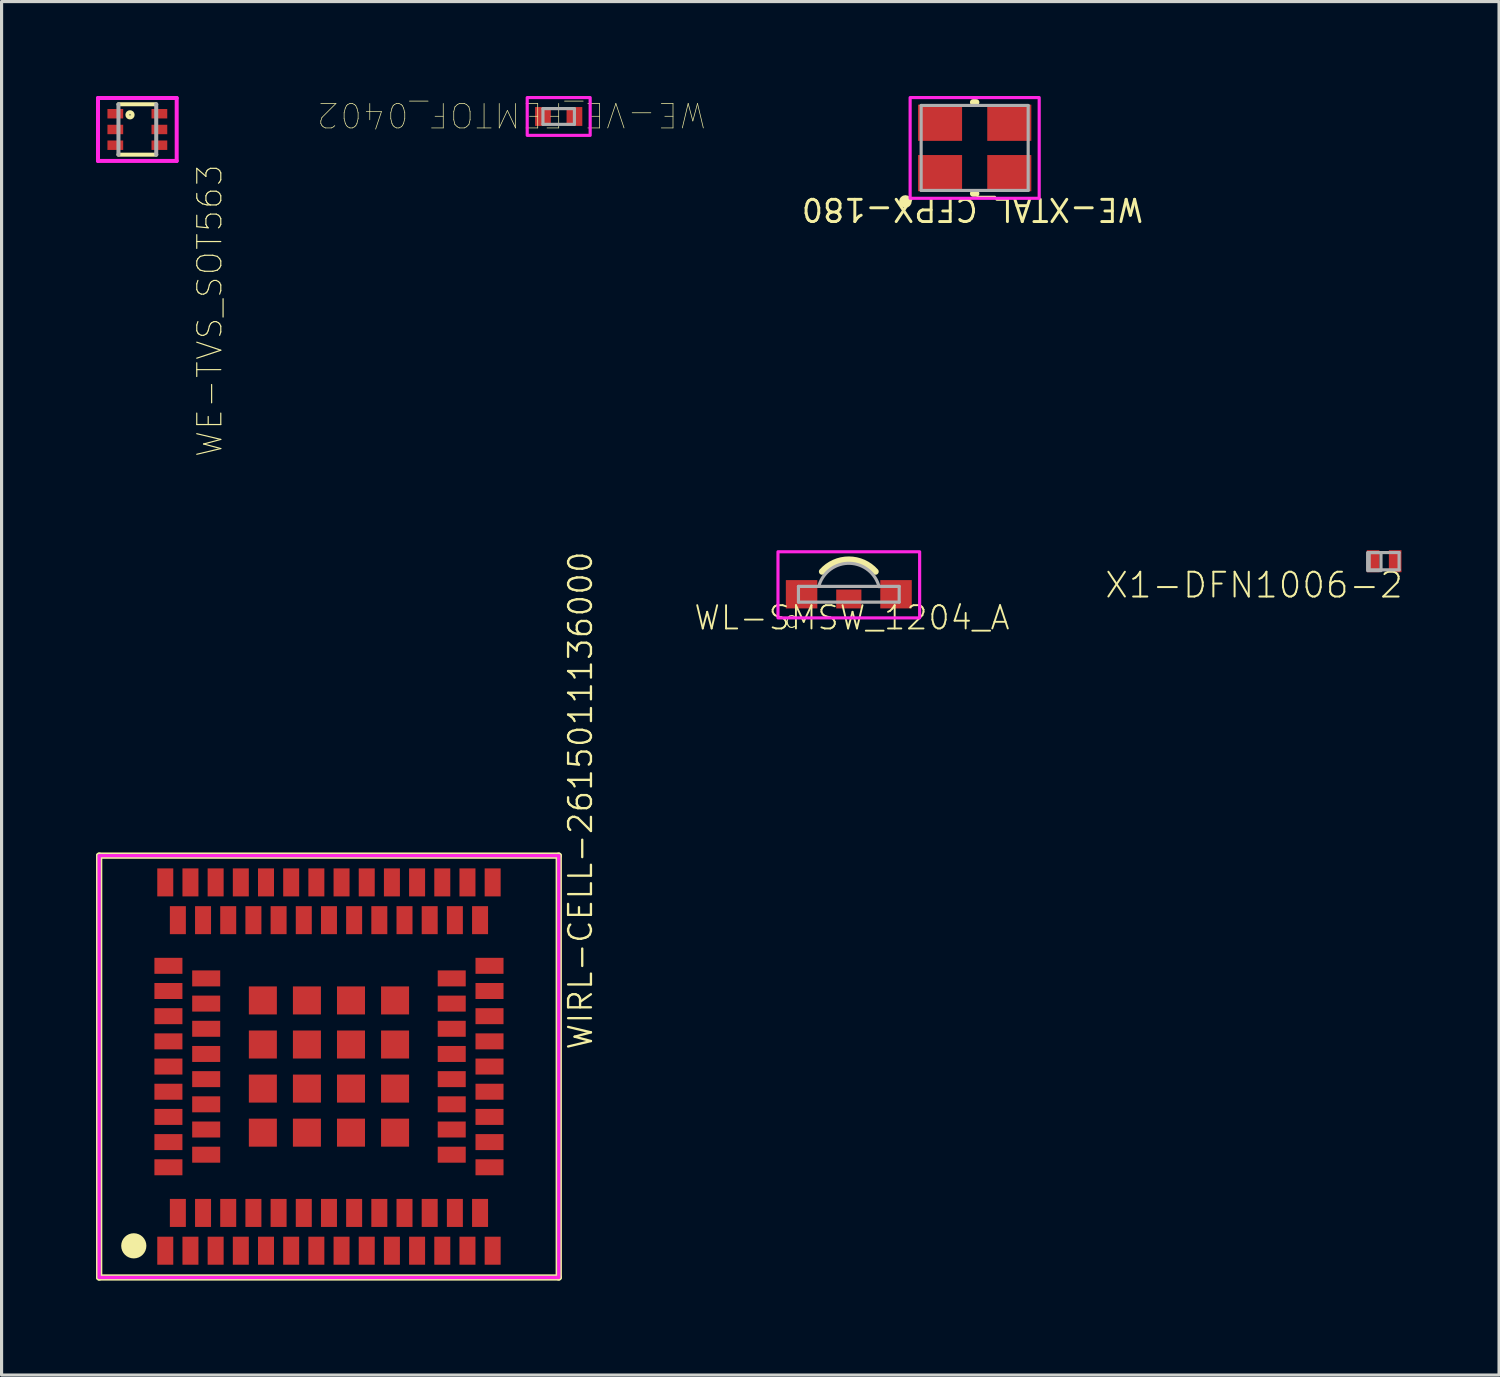
<source format=kicad_pcb>
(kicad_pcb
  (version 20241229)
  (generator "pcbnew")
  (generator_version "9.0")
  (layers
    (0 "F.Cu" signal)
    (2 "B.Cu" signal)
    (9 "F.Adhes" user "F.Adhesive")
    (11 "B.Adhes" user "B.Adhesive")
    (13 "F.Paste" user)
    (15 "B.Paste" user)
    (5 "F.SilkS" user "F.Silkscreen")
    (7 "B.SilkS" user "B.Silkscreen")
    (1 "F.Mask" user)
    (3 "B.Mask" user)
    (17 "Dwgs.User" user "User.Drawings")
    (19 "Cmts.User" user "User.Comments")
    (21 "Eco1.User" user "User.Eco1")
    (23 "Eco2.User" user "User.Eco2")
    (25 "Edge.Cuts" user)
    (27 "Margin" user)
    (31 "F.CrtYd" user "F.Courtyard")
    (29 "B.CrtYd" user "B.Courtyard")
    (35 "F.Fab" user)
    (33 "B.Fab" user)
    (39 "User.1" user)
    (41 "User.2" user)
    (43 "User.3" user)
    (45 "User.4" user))
  (footprint "WIRL-CELL-2615011136000"
    (layer "F.Cu")
    (at 7.4 30.831)
    (property "Reference" "WIRL-CELL-2615011136000" (at 8.415 -0.485 90) (unlocked yes) (layer "F.SilkS") (effects (font (size 0.726 0.726) (thickness 0.074)) (justify left bottom)))
    (fp_line (start -7.3 -6.7) (end -7.3 6.7) (stroke (width 0.2) (type solid)) (layer "F.SilkS"))
    (fp_line (start -7.3 6.7) (end 7.3 6.7) (stroke (width 0.2) (type solid)) (layer "F.SilkS"))
    (fp_line (start 7.3 -6.7) (end -7.3 -6.7) (stroke (width 0.2) (type solid)) (layer "F.SilkS"))
    (fp_line (start 7.3 6.7) (end 7.3 -6.7) (stroke (width 0.2) (type solid)) (layer "F.SilkS"))
    (fp_circle (center -6.2 5.695) (end -6 5.695) (stroke (width 0.4) (type solid)) (fill no) (layer "F.SilkS"))
    (fp_poly (pts (xy -7.3 6.7) (xy 7.3 6.7) (xy 7.3 -6.7) (xy -7.3 -6.7)) (stroke (width 0.1) (type default)) (fill no) (layer "F.CrtYd"))
    (fp_line (start -7.3 -6.7) (end -7.3 6.7) (stroke (width 0.1) (type solid)) (layer "F.Fab"))
    (fp_line (start -7.3 6.7) (end 7.3 6.7) (stroke (width 0.1) (type solid)) (layer "F.Fab"))
    (fp_line (start 7.3 -6.7) (end -7.3 -6.7) (stroke (width 0.1) (type solid)) (layer "F.Fab"))
    (fp_line (start 7.3 6.7) (end 7.3 -6.7) (stroke (width 0.1) (type solid)) (layer "F.Fab"))
    (pad "1" smd rect (at -5.2 5.85 90) (size 0.89 0.508) (layers "F.Cu" "F.Mask" "F.Paste"))
    (pad "2" smd rect (at -4.8 4.65 90) (size 0.89 0.508) (layers "F.Cu" "F.Mask" "F.Paste"))
    (pad "3" smd rect (at -4.4 5.85 90) (size 0.89 0.508) (layers "F.Cu" "F.Mask" "F.Paste"))
    (pad "4" smd rect (at -4 4.65 90) (size 0.89 0.508) (layers "F.Cu" "F.Mask" "F.Paste"))
    (pad "5" smd rect (at -3.6 5.85 90) (size 0.89 0.508) (layers "F.Cu" "F.Mask" "F.Paste"))
    (pad "6" smd rect (at -3.2 4.65 90) (size 0.89 0.508) (layers "F.Cu" "F.Mask" "F.Paste"))
    (pad "7" smd rect (at -2.8 5.85 90) (size 0.89 0.508) (layers "F.Cu" "F.Mask" "F.Paste"))
    (pad "8" smd rect (at -2.4 4.65 90) (size 0.89 0.508) (layers "F.Cu" "F.Mask" "F.Paste"))
    (pad "9" smd rect (at -2 5.85 90) (size 0.89 0.508) (layers "F.Cu" "F.Mask" "F.Paste"))
    (pad "10" smd rect (at -1.6 4.65 90) (size 0.89 0.508) (layers "F.Cu" "F.Mask" "F.Paste"))
    (pad "11" smd rect (at -1.2 5.85 90) (size 0.89 0.508) (layers "F.Cu" "F.Mask" "F.Paste"))
    (pad "12" smd rect (at -0.8 4.65 90) (size 0.89 0.508) (layers "F.Cu" "F.Mask" "F.Paste"))
    (pad "13" smd rect (at -0.4 5.85 90) (size 0.89 0.508) (layers "F.Cu" "F.Mask" "F.Paste"))
    (pad "14" smd rect (at 0 4.65 90) (size 0.89 0.508) (layers "F.Cu" "F.Mask" "F.Paste"))
    (pad "15" smd rect (at 0.4 5.85 90) (size 0.89 0.508) (layers "F.Cu" "F.Mask" "F.Paste"))
    (pad "16" smd rect (at 0.8 4.65 90) (size 0.89 0.508) (layers "F.Cu" "F.Mask" "F.Paste"))
    (pad "17" smd rect (at 1.2 5.85 90) (size 0.89 0.508) (layers "F.Cu" "F.Mask" "F.Paste"))
    (pad "18" smd rect (at 1.6 4.65 90) (size 0.89 0.508) (layers "F.Cu" "F.Mask" "F.Paste"))
    (pad "19" smd rect (at 2 5.85 90) (size 0.89 0.508) (layers "F.Cu" "F.Mask" "F.Paste"))
    (pad "20" smd rect (at 2.4 4.65 90) (size 0.89 0.508) (layers "F.Cu" "F.Mask" "F.Paste"))
    (pad "21" smd rect (at 2.8 5.85 90) (size 0.89 0.508) (layers "F.Cu" "F.Mask" "F.Paste"))
    (pad "22" smd rect (at 3.2 4.65 90) (size 0.89 0.508) (layers "F.Cu" "F.Mask" "F.Paste"))
    (pad "23" smd rect (at 3.6 5.85 90) (size 0.89 0.508) (layers "F.Cu" "F.Mask" "F.Paste"))
    (pad "24" smd rect (at 4 4.65 90) (size 0.89 0.508) (layers "F.Cu" "F.Mask" "F.Paste"))
    (pad "25" smd rect (at 4.4 5.85 90) (size 0.89 0.508) (layers "F.Cu" "F.Mask" "F.Paste"))
    (pad "26" smd rect (at 4.8 4.65 90) (size 0.89 0.508) (layers "F.Cu" "F.Mask" "F.Paste"))
    (pad "27" smd rect (at 5.2 5.85 90) (size 0.89 0.508) (layers "F.Cu" "F.Mask" "F.Paste"))
    (pad "28" smd rect (at 3.9 2.8) (size 0.89 0.508) (layers "F.Cu" "F.Mask" "F.Paste"))
    (pad "29" smd rect (at 5.1 3.2) (size 0.89 0.508) (layers "F.Cu" "F.Mask" "F.Paste"))
    (pad "30" smd rect (at 3.9 2) (size 0.89 0.508) (layers "F.Cu" "F.Mask" "F.Paste"))
    (pad "31" smd rect (at 5.1 2.4) (size 0.89 0.508) (layers "F.Cu" "F.Mask" "F.Paste"))
    (pad "32" smd rect (at 3.9 1.2) (size 0.89 0.508) (layers "F.Cu" "F.Mask" "F.Paste"))
    (pad "33" smd rect (at 5.1 1.6) (size 0.89 0.508) (layers "F.Cu" "F.Mask" "F.Paste"))
    (pad "34" smd rect (at 3.9 0.4) (size 0.89 0.508) (layers "F.Cu" "F.Mask" "F.Paste"))
    (pad "35" smd rect (at 5.1 0.8) (size 0.89 0.508) (layers "F.Cu" "F.Mask" "F.Paste"))
    (pad "36" smd rect (at 3.9 -0.4) (size 0.89 0.508) (layers "F.Cu" "F.Mask" "F.Paste"))
    (pad "37" smd rect (at 5.1 0) (size 0.89 0.508) (layers "F.Cu" "F.Mask" "F.Paste"))
    (pad "38" smd rect (at 3.9 -1.2) (size 0.89 0.508) (layers "F.Cu" "F.Mask" "F.Paste"))
    (pad "39" smd rect (at 5.1 -0.8) (size 0.89 0.508) (layers "F.Cu" "F.Mask" "F.Paste"))
    (pad "40" smd rect (at 3.9 -2) (size 0.89 0.508) (layers "F.Cu" "F.Mask" "F.Paste"))
    (pad "41" smd rect (at 5.1 -1.6) (size 0.89 0.508) (layers "F.Cu" "F.Mask" "F.Paste"))
    (pad "42" smd rect (at 3.9 -2.8) (size 0.89 0.508) (layers "F.Cu" "F.Mask" "F.Paste"))
    (pad "43" smd rect (at 5.1 -2.4) (size 0.89 0.508) (layers "F.Cu" "F.Mask" "F.Paste"))
    (pad "44" smd rect (at 4.8 -4.65 90) (size 0.89 0.508) (layers "F.Cu" "F.Mask" "F.Paste"))
    (pad "45" smd rect (at 5.1 -3.2) (size 0.89 0.508) (layers "F.Cu" "F.Mask" "F.Paste"))
    (pad "46" smd rect (at 4 -4.65 90) (size 0.89 0.508) (layers "F.Cu" "F.Mask" "F.Paste"))
    (pad "47" smd rect (at 5.2 -5.85 90) (size 0.89 0.508) (layers "F.Cu" "F.Mask" "F.Paste"))
    (pad "48" smd rect (at 3.2 -4.65 90) (size 0.89 0.508) (layers "F.Cu" "F.Mask" "F.Paste"))
    (pad "49" smd rect (at 4.4 -5.85 90) (size 0.89 0.508) (layers "F.Cu" "F.Mask" "F.Paste"))
    (pad "50" smd rect (at 2.4 -4.65 90) (size 0.89 0.508) (layers "F.Cu" "F.Mask" "F.Paste"))
    (pad "51" smd rect (at 3.6 -5.85 90) (size 0.89 0.508) (layers "F.Cu" "F.Mask" "F.Paste"))
    (pad "52" smd rect (at 1.6 -4.65 90) (size 0.89 0.508) (layers "F.Cu" "F.Mask" "F.Paste"))
    (pad "53" smd rect (at 2.8 -5.85 90) (size 0.89 0.508) (layers "F.Cu" "F.Mask" "F.Paste"))
    (pad "54" smd rect (at 0.8 -4.65 90) (size 0.89 0.508) (layers "F.Cu" "F.Mask" "F.Paste"))
    (pad "55" smd rect (at 2 -5.85 90) (size 0.89 0.508) (layers "F.Cu" "F.Mask" "F.Paste"))
    (pad "56" smd rect (at 0 -4.65 90) (size 0.89 0.508) (layers "F.Cu" "F.Mask" "F.Paste"))
    (pad "57" smd rect (at 1.2 -5.85 90) (size 0.89 0.508) (layers "F.Cu" "F.Mask" "F.Paste"))
    (pad "58" smd rect (at -0.8 -4.65 90) (size 0.89 0.508) (layers "F.Cu" "F.Mask" "F.Paste"))
    (pad "59" smd rect (at 0.4 -5.85 90) (size 0.89 0.508) (layers "F.Cu" "F.Mask" "F.Paste"))
    (pad "60" smd rect (at -1.6 -4.65 90) (size 0.89 0.508) (layers "F.Cu" "F.Mask" "F.Paste"))
    (pad "61" smd rect (at -0.4 -5.85 90) (size 0.89 0.508) (layers "F.Cu" "F.Mask" "F.Paste"))
    (pad "62" smd rect (at -2.4 -4.65 90) (size 0.89 0.508) (layers "F.Cu" "F.Mask" "F.Paste"))
    (pad "63" smd rect (at -1.2 -5.85 90) (size 0.89 0.508) (layers "F.Cu" "F.Mask" "F.Paste"))
    (pad "64" smd rect (at -3.2 -4.65 90) (size 0.89 0.508) (layers "F.Cu" "F.Mask" "F.Paste"))
    (pad "65" smd rect (at -2 -5.85 90) (size 0.89 0.508) (layers "F.Cu" "F.Mask" "F.Paste"))
    (pad "66" smd rect (at -4 -4.65 90) (size 0.89 0.508) (layers "F.Cu" "F.Mask" "F.Paste"))
    (pad "67" smd rect (at -2.8 -5.85 90) (size 0.89 0.508) (layers "F.Cu" "F.Mask" "F.Paste"))
    (pad "68" smd rect (at -4.8 -4.65 90) (size 0.89 0.508) (layers "F.Cu" "F.Mask" "F.Paste"))
    (pad "69" smd rect (at -3.6 -5.85 90) (size 0.89 0.508) (layers "F.Cu" "F.Mask" "F.Paste"))
    (pad "70" smd rect (at -3.9 -2.8) (size 0.89 0.508) (layers "F.Cu" "F.Mask" "F.Paste"))
    (pad "71" smd rect (at -4.4 -5.85 90) (size 0.89 0.508) (layers "F.Cu" "F.Mask" "F.Paste"))
    (pad "72" smd rect (at -3.9 -2) (size 0.89 0.508) (layers "F.Cu" "F.Mask" "F.Paste"))
    (pad "73" smd rect (at -5.2 -5.85 90) (size 0.89 0.508) (layers "F.Cu" "F.Mask" "F.Paste"))
    (pad "74" smd rect (at -3.9 -1.2) (size 0.89 0.508) (layers "F.Cu" "F.Mask" "F.Paste"))
    (pad "75" smd rect (at -5.1 -3.2) (size 0.89 0.508) (layers "F.Cu" "F.Mask" "F.Paste"))
    (pad "76" smd rect (at -3.9 -0.4) (size 0.89 0.508) (layers "F.Cu" "F.Mask" "F.Paste"))
    (pad "77" smd rect (at -5.1 -2.4) (size 0.89 0.508) (layers "F.Cu" "F.Mask" "F.Paste"))
    (pad "78" smd rect (at -3.9 0.4) (size 0.89 0.508) (layers "F.Cu" "F.Mask" "F.Paste"))
    (pad "79" smd rect (at -5.1 -1.6) (size 0.89 0.508) (layers "F.Cu" "F.Mask" "F.Paste"))
    (pad "80" smd rect (at -3.9 1.2) (size 0.89 0.508) (layers "F.Cu" "F.Mask" "F.Paste"))
    (pad "81" smd rect (at -5.1 -0.8) (size 0.89 0.508) (layers "F.Cu" "F.Mask" "F.Paste"))
    (pad "82" smd rect (at -3.9 2) (size 0.89 0.508) (layers "F.Cu" "F.Mask" "F.Paste"))
    (pad "83" smd rect (at -5.1 0) (size 0.89 0.508) (layers "F.Cu" "F.Mask" "F.Paste"))
    (pad "84" smd rect (at -3.9 2.8) (size 0.89 0.508) (layers "F.Cu" "F.Mask" "F.Paste"))
    (pad "85" smd rect (at -5.1 0.8) (size 0.89 0.508) (layers "F.Cu" "F.Mask" "F.Paste"))
    (pad "86" smd rect (at -2.1 -2.1) (size 0.89 0.89) (layers "F.Cu" "F.Mask" "F.Paste"))
    (pad "87" smd rect (at -5.1 1.6) (size 0.89 0.508) (layers "F.Cu" "F.Mask" "F.Paste"))
    (pad "88" smd rect (at -0.7 -2.1) (size 0.89 0.89) (layers "F.Cu" "F.Mask" "F.Paste"))
    (pad "89" smd rect (at -5.1 2.4) (size 0.89 0.508) (layers "F.Cu" "F.Mask" "F.Paste"))
    (pad "90" smd rect (at 0.7 -2.1) (size 0.89 0.89) (layers "F.Cu" "F.Mask" "F.Paste"))
    (pad "91" smd rect (at -5.1 3.2) (size 0.89 0.508) (layers "F.Cu" "F.Mask" "F.Paste"))
    (pad "92" smd rect (at 2.1 -2.1) (size 0.89 0.89) (layers "F.Cu" "F.Mask" "F.Paste"))
    (pad "93" smd rect (at -2.1 -0.7) (size 0.89 0.89) (layers "F.Cu" "F.Mask" "F.Paste"))
    (pad "94" smd rect (at -0.7 -0.7) (size 0.89 0.89) (layers "F.Cu" "F.Mask" "F.Paste"))
    (pad "95" smd rect (at 0.7 -0.7) (size 0.89 0.89) (layers "F.Cu" "F.Mask" "F.Paste"))
    (pad "96" smd rect (at 2.1 -0.7) (size 0.89 0.89) (layers "F.Cu" "F.Mask" "F.Paste"))
    (pad "97" smd rect (at -2.1 0.7) (size 0.89 0.89) (layers "F.Cu" "F.Mask" "F.Paste"))
    (pad "98" smd rect (at -0.7 0.7) (size 0.89 0.89) (layers "F.Cu" "F.Mask" "F.Paste"))
    (pad "99" smd rect (at 0.7 0.7) (size 0.89 0.89) (layers "F.Cu" "F.Mask" "F.Paste"))
    (pad "100" smd rect (at 2.1 0.7) (size 0.89 0.89) (layers "F.Cu" "F.Mask" "F.Paste"))
    (pad "101" smd rect (at -2.1 2.1) (size 0.89 0.89) (layers "F.Cu" "F.Mask" "F.Paste"))
    (pad "102" smd rect (at -0.7 2.1) (size 0.89 0.89) (layers "F.Cu" "F.Mask" "F.Paste"))
    (pad "103" smd rect (at 0.7 2.1) (size 0.89 0.89) (layers "F.Cu" "F.Mask" "F.Paste"))
    (pad "104" smd rect (at 2.1 2.1) (size 0.89 0.89) (layers "F.Cu" "F.Mask" "F.Paste")))
  (footprint "X1-DFN1006-2"
    (layer "F.Cu")
    (at 40.92 14.778)
    (property "Reference" "X1-DFN1006-2" (at 0.65 0.3 0) (unlocked yes) (layer "F.SilkS") (effects (font (size 0.787 0.787) (thickness 0.063)) (justify right top)))
    (fp_line (start -0.475 -0.275) (end -0.475 0.275) (stroke (width 0.1) (type solid)) (layer "F.Fab"))
    (fp_line (start -0.475 0.275) (end 0.475 0.275) (stroke (width 0.1) (type solid)) (layer "F.Fab"))
    (fp_line (start 0.475 -0.275) (end -0.475 -0.275) (stroke (width 0.1) (type solid)) (layer "F.Fab"))
    (fp_line (start 0.475 0.275) (end 0.475 -0.275) (stroke (width 0.1) (type solid)) (layer "F.Fab"))
    (fp_poly (pts (xy -0.525 0.3) (xy -0.1 0.3) (xy -0.1 -0.275) (xy -0.525 -0.275)) (stroke (width 0.1) (type default)) (fill no) (layer "F.Fab"))
    (pad "1" smd rect (at -0.35 0 180) (size 0.4 0.7) (layers "F.Cu" "F.Mask" "F.Paste"))
    (pad "2" smd rect (at 0.35 0 180) (size 0.4 0.7) (layers "F.Cu" "F.Mask" "F.Paste")))
  (footprint "WE-VE_FEMTOF_0402"
    (layer "F.Cu")
    (at 14.698 0.65)
    (property "Reference" "WE-VE_FEMTOF_0402" (at -1.5 0.4 180) (unlocked yes) (layer "F.SilkS") (effects (font (size 0.778 0.778) (thickness 0.022)) (justify top)))
    (fp_poly (pts (xy 1 0.6) (xy -1 0.6) (xy -1 -0.6) (xy 1 -0.6)) (stroke (width 0.1) (type default)) (fill no) (layer "F.CrtYd"))
    (fp_line (start -0.5 -0.25) (end 0.5 -0.25) (stroke (width 0.1) (type solid)) (layer "F.Fab"))
    (fp_line (start -0.5 0.25) (end -0.5 -0.25) (stroke (width 0.1) (type solid)) (layer "F.Fab"))
    (fp_line (start 0.5 -0.25) (end 0.5 0.25) (stroke (width 0.1) (type solid)) (layer "F.Fab"))
    (fp_line (start 0.5 0.25) (end -0.5 0.25) (stroke (width 0.1) (type solid)) (layer "F.Fab"))
    (pad "1" smd rect (at -0.5 0) (size 0.5 0.6) (layers "F.Cu" "F.Mask" "F.Paste"))
    (pad "2" smd rect (at 0.5 0) (size 0.5 0.6) (layers "F.Cu" "F.Mask" "F.Paste")))
  (footprint "WL-SMSW_1204_A"
    (layer "F.Cu")
    (at 23.914 15.828)
    (property "Reference" "WL-SMSW_1204_A" (at 0.1 1.18 0) (unlocked yes) (layer "F.SilkS") (effects (font (size 0.74 0.74) (thickness 0.06)) (justify bottom)))
    (fp_arc (start -0.85 -0.72) (mid -0.000001 -1.101706) (end 0.849999 -0.720001) (stroke (width 0.2) (type solid)) (layer "F.SilkS"))
    (fp_poly (pts (xy 2.25 0.75) (xy -2.25 0.75) (xy -2.25 -1.35) (xy 2.25 -1.35)) (stroke (width 0.1) (type default)) (fill no) (layer "F.CrtYd"))
    (fp_line (start -1.6 -0.25) (end 1.6 -0.25) (stroke (width 0.1) (type solid)) (layer "F.Fab"))
    (fp_line (start -1.6 0.25) (end -1.6 -0.25) (stroke (width 0.1) (type solid)) (layer "F.Fab"))
    (fp_line (start 1.6 -0.25) (end 1.6 0.25) (stroke (width 0.1) (type solid)) (layer "F.Fab"))
    (fp_line (start 1.6 0.25) (end -1.6 0.25) (stroke (width 0.1) (type solid)) (layer "F.Fab"))
    (fp_arc (start -0.94 -0.3) (mid 0.032545 -0.983972) (end 0.959999 -0.240002) (stroke (width 0.1) (type solid)) (layer "F.Fab"))
    (fp_text user "C" (at -2.05 1.1 0) (layer "F.SilkS") (effects (font (size 0.374 0.374) (thickness 0.033)) (justify left bottom)))
    (pad "1" smd rect (at -1.5 0) (size 1 0.9) (layers "F.Cu" "F.Mask" "F.Paste"))
    (pad "2" smd rect (at 1.5 0) (size 1 0.9) (layers "F.Cu" "F.Mask" "F.Paste"))
    (pad "3" smd rect (at 0 0.15) (size 0.8 0.6) (layers "F.Cu" "F.Mask" "F.Paste")))
  (footprint "WE-TVS_SOT563"
    (layer "F.Cu")
    (at 1.313 1.063)
    (property "Reference" "WE-TVS_SOT563" (at 1.853 1.065 90) (unlocked yes) (layer "F.SilkS") (effects (font (size 0.763 0.763) (thickness 0.037)) (justify right top)))
    (fp_line (start 0.6 -0.8) (end -0.6 -0.8) (stroke (width 0.127) (type solid)) (layer "F.SilkS"))
    (fp_line (start 0.6 0.8) (end -0.6 0.8) (stroke (width 0.127) (type solid)) (layer "F.SilkS"))
    (fp_circle (center -0.233 -0.465) (end -0.213 -0.465) (stroke (width 0.127) (type solid)) (fill no) (layer "F.SilkS"))
    (fp_line (start -1.25 -1) (end 1.25 -1) (stroke (width 0.127) (type solid)) (layer "F.CrtYd"))
    (fp_line (start -1.25 1) (end -1.25 -1) (stroke (width 0.127) (type solid)) (layer "F.CrtYd"))
    (fp_line (start 1.25 -1) (end 1.25 1) (stroke (width 0.127) (type solid)) (layer "F.CrtYd"))
    (fp_line (start 1.25 1) (end -1.25 1) (stroke (width 0.127) (type solid)) (layer "F.CrtYd"))
    (fp_line (start -0.6 0.8) (end -0.6 -0.8) (stroke (width 0.127) (type solid)) (layer "F.Fab"))
    (fp_line (start 0.6 -0.8) (end 0.6 0.8) (stroke (width 0.127) (type solid)) (layer "F.Fab"))
    (pad "1" smd rect (at -0.7 -0.5 90) (size 0.3 0.5) (layers "F.Cu" "F.Mask" "F.Paste"))
    (pad "2" smd rect (at -0.7 0 90) (size 0.3 0.5) (layers "F.Cu" "F.Mask" "F.Paste"))
    (pad "3" smd rect (at -0.7 0.5 90) (size 0.3 0.5) (layers "F.Cu" "F.Mask" "F.Paste"))
    (pad "4" smd rect (at 0.7 0.5 90) (size 0.3 0.5) (layers "F.Cu" "F.Mask" "F.Paste"))
    (pad "5" smd rect (at 0.7 0 90) (size 0.3 0.5) (layers "F.Cu" "F.Mask" "F.Paste"))
    (pad "6" smd rect (at 0.7 -0.5 90) (size 0.3 0.5) (layers "F.Cu" "F.Mask" "F.Paste")))
  (footprint "WE-XTAL_CFPX-180"
    (layer "F.Cu")
    (at 27.912 1.65)
    (property "Reference" "WE-XTAL_CFPX-180" (at -0.07 1.54 180) (unlocked yes) (layer "F.SilkS") (effects (font (size 0.707 0.707) (thickness 0.093)) (justify bottom)))
    (fp_line (start -0.05 -1.45) (end 0.05 -1.45) (stroke (width 0.2) (type solid)) (layer "F.SilkS"))
    (fp_line (start -0.05 1.45) (end 0.05 1.45) (stroke (width 0.2) (type solid)) (layer "F.SilkS"))
    (fp_circle (center -2.2 1.7) (end -2.1 1.7) (stroke (width 0.2) (type solid)) (fill no) (layer "F.SilkS"))
    (fp_poly (pts (xy 2.05 1.6) (xy -2.05 1.6) (xy -2.05 -1.6) (xy 2.05 -1.6)) (stroke (width 0.1) (type default)) (fill no) (layer "F.CrtYd"))
    (fp_line (start -1.7 -1.35) (end 1.7 -1.35) (stroke (width 0.1) (type solid)) (layer "F.Fab"))
    (fp_line (start -1.7 1.35) (end -1.7 -1.35) (stroke (width 0.1) (type solid)) (layer "F.Fab"))
    (fp_line (start 1.7 -1.35) (end 1.7 1.35) (stroke (width 0.1) (type solid)) (layer "F.Fab"))
    (fp_line (start 1.7 1.35) (end -1.7 1.35) (stroke (width 0.1) (type solid)) (layer "F.Fab"))
    (pad "1" smd rect (at -1.1 0.8) (size 1.4 1.15) (layers "F.Cu" "F.Mask" "F.Paste"))
    (pad "2" smd rect (at 1.1 0.8) (size 1.4 1.15) (layers "F.Cu" "F.Mask" "F.Paste"))
    (pad "3" smd rect (at 1.1 -0.8) (size 1.4 1.15) (layers "F.Cu" "F.Mask" "F.Paste"))
    (pad "4" smd rect (at -1.1 -0.8) (size 1.4 1.15) (layers "F.Cu" "F.Mask" "F.Paste")))
  (gr_rect
    (start -3 -3)
    (end 44.57 40.631)
    (stroke (width 0.1) (type default))
    (fill no)
    (layer "Edge.Cuts")))
</source>
